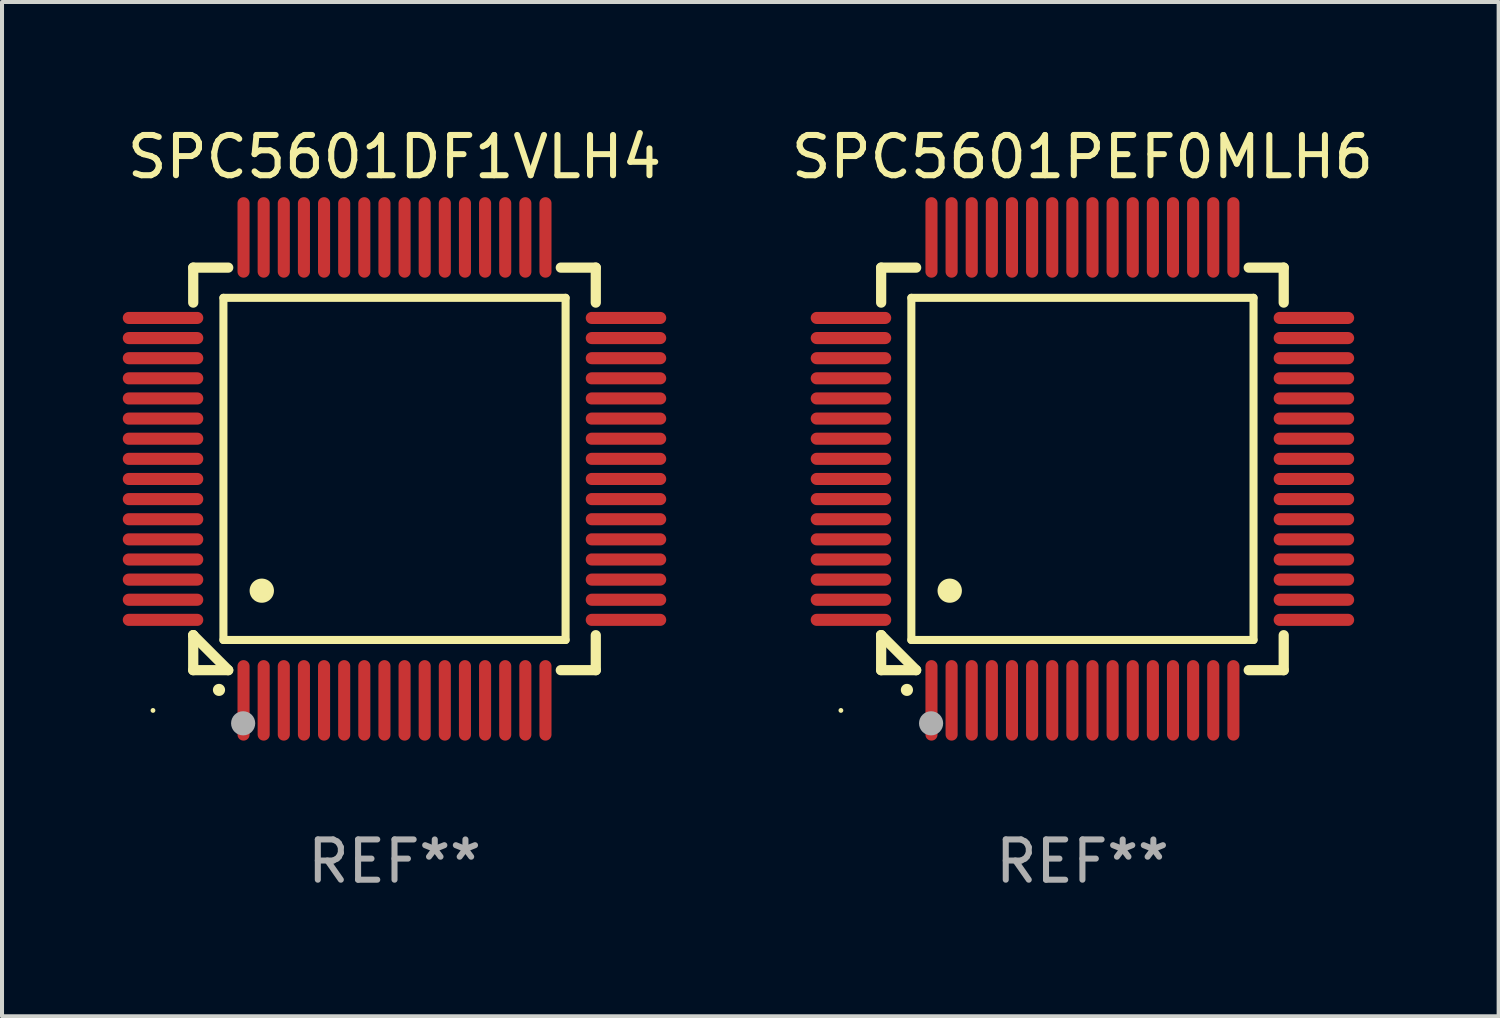
<source format=kicad_pcb>
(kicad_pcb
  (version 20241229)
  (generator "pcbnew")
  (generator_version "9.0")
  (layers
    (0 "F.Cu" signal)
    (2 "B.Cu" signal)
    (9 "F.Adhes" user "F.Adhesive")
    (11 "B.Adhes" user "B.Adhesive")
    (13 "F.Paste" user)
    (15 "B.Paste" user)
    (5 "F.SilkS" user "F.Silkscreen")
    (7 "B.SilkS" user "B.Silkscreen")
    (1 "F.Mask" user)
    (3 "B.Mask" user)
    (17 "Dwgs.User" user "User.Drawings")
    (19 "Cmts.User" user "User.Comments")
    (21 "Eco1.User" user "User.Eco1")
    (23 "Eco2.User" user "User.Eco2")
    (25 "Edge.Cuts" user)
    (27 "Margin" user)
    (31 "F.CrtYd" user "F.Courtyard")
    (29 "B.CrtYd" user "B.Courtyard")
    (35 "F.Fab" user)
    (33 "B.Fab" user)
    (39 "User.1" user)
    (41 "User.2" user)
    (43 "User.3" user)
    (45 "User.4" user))
  (footprint "SPC5601DF1VLH4"
    (layer "F.Cu")
    (at 6.75 8.598)
    (property "Reference" "SPC5601DF1VLH4" (at 0 -7.75 0) (layer "F.SilkS") (effects (font (size 1 1) (thickness 0.15))))
    (attr through_hole)
    (fp_line (start -5 -5) (end -4.131 -5) (stroke (width 0.254) (type solid)) (layer "F.SilkS"))
    (fp_line (start -5 -4.131) (end -5 -5) (stroke (width 0.254) (type solid)) (layer "F.SilkS"))
    (fp_line (start -5 4.131) (end -5 4.131) (stroke (width 0.254) (type solid)) (layer "F.SilkS"))
    (fp_line (start -5 5) (end -5 4.131) (stroke (width 0.254) (type solid)) (layer "F.SilkS"))
    (fp_line (start -5 4.131) (end -4.131 5) (stroke (width 0.254) (type solid)) (layer "F.SilkS"))
    (fp_line (start -4.25 -4.25) (end -4.25 4.25) (stroke (width 0.2) (type solid)) (layer "F.SilkS"))
    (fp_line (start -4.25 4.25) (end 4.25 4.25) (stroke (width 0.2) (type solid)) (layer "F.SilkS"))
    (fp_line (start -4.131 5) (end -5 5) (stroke (width 0.254) (type solid)) (layer "F.SilkS"))
    (fp_line (start 4.25 -4.25) (end -4.25 -4.25) (stroke (width 0.2) (type solid)) (layer "F.SilkS"))
    (fp_line (start 4.25 4.25) (end 4.25 -4.25) (stroke (width 0.2) (type solid)) (layer "F.SilkS"))
    (fp_line (start 5 -5) (end 4.131 -5) (stroke (width 0.254) (type solid)) (layer "F.SilkS"))
    (fp_line (start 5 -5) (end 5 -4.131) (stroke (width 0.254) (type solid)) (layer "F.SilkS"))
    (fp_line (start 5 4.131) (end 5 5) (stroke (width 0.254) (type solid)) (layer "F.SilkS"))
    (fp_line (start 5 5) (end 4.131 5) (stroke (width 0.254) (type solid)) (layer "F.SilkS"))
    (fp_arc (start -4.361265 5.489992) (mid -4.359995 5.489987) (end -4.358725 5.489992) (stroke (width 0.3) (type solid)) (layer "F.SilkS"))
    (fp_arc (start -3.299467 3.025146) (mid -3.296927 3.025135) (end -3.294387 3.025146) (stroke (width 0.6) (type solid)) (layer "F.SilkS"))
    (fp_circle (center -6 6) (end -5.97 6) (stroke (width 0.06) (type solid)) (fill no) (layer "F.SilkS"))
    (fp_circle (center -3.76 6.32) (end -3.61 6.32) (stroke (width 0.3) (type solid)) (fill no) (layer "F.Fab"))
    (fp_text user "REF**" (at 0 9.75 0) (layer "F.Fab") (effects (font (size 1 1) (thickness 0.15))))
    (pad "1" smd oval (at -3.75 5.75) (size 0.3 2) (layers "F.Cu" "F.Mask" "F.Paste"))
    (pad "2" smd oval (at -3.25 5.75) (size 0.3 2) (layers "F.Cu" "F.Mask" "F.Paste"))
    (pad "3" smd oval (at -2.75 5.75) (size 0.3 2) (layers "F.Cu" "F.Mask" "F.Paste"))
    (pad "4" smd oval (at -2.25 5.75) (size 0.3 2) (layers "F.Cu" "F.Mask" "F.Paste"))
    (pad "5" smd oval (at -1.75 5.75) (size 0.3 2) (layers "F.Cu" "F.Mask" "F.Paste"))
    (pad "6" smd oval (at -1.25 5.75) (size 0.3 2) (layers "F.Cu" "F.Mask" "F.Paste"))
    (pad "7" smd oval (at -0.75 5.75) (size 0.3 2) (layers "F.Cu" "F.Mask" "F.Paste"))
    (pad "8" smd oval (at -0.25 5.75) (size 0.3 2) (layers "F.Cu" "F.Mask" "F.Paste"))
    (pad "9" smd oval (at 0.25 5.75) (size 0.3 2) (layers "F.Cu" "F.Mask" "F.Paste"))
    (pad "10" smd oval (at 0.75 5.75) (size 0.3 2) (layers "F.Cu" "F.Mask" "F.Paste"))
    (pad "11" smd oval (at 1.25 5.75) (size 0.3 2) (layers "F.Cu" "F.Mask" "F.Paste"))
    (pad "12" smd oval (at 1.75 5.75) (size 0.3 2) (layers "F.Cu" "F.Mask" "F.Paste"))
    (pad "13" smd oval (at 2.25 5.75) (size 0.3 2) (layers "F.Cu" "F.Mask" "F.Paste"))
    (pad "14" smd oval (at 2.75 5.75) (size 0.3 2) (layers "F.Cu" "F.Mask" "F.Paste"))
    (pad "15" smd oval (at 3.25 5.75) (size 0.3 2) (layers "F.Cu" "F.Mask" "F.Paste"))
    (pad "16" smd oval (at 3.75 5.75) (size 0.3 2) (layers "F.Cu" "F.Mask" "F.Paste"))
    (pad "17" smd oval (at 5.75 3.75) (size 2 0.3) (layers "F.Cu" "F.Mask" "F.Paste"))
    (pad "18" smd oval (at 5.75 3.25) (size 2 0.3) (layers "F.Cu" "F.Mask" "F.Paste"))
    (pad "19" smd oval (at 5.75 2.75) (size 2 0.3) (layers "F.Cu" "F.Mask" "F.Paste"))
    (pad "20" smd oval (at 5.75 2.25) (size 2 0.3) (layers "F.Cu" "F.Mask" "F.Paste"))
    (pad "21" smd oval (at 5.75 1.75) (size 2 0.3) (layers "F.Cu" "F.Mask" "F.Paste"))
    (pad "22" smd oval (at 5.75 1.25) (size 2 0.3) (layers "F.Cu" "F.Mask" "F.Paste"))
    (pad "23" smd oval (at 5.75 0.75) (size 2 0.3) (layers "F.Cu" "F.Mask" "F.Paste"))
    (pad "24" smd oval (at 5.75 0.25) (size 2 0.3) (layers "F.Cu" "F.Mask" "F.Paste"))
    (pad "25" smd oval (at 5.75 -0.25) (size 2 0.3) (layers "F.Cu" "F.Mask" "F.Paste"))
    (pad "26" smd oval (at 5.75 -0.75) (size 2 0.3) (layers "F.Cu" "F.Mask" "F.Paste"))
    (pad "27" smd oval (at 5.75 -1.25) (size 2 0.3) (layers "F.Cu" "F.Mask" "F.Paste"))
    (pad "28" smd oval (at 5.75 -1.75) (size 2 0.3) (layers "F.Cu" "F.Mask" "F.Paste"))
    (pad "29" smd oval (at 5.75 -2.25) (size 2 0.3) (layers "F.Cu" "F.Mask" "F.Paste"))
    (pad "30" smd oval (at 5.75 -2.75) (size 2 0.3) (layers "F.Cu" "F.Mask" "F.Paste"))
    (pad "31" smd oval (at 5.75 -3.25) (size 2 0.3) (layers "F.Cu" "F.Mask" "F.Paste"))
    (pad "32" smd oval (at 5.75 -3.75) (size 2 0.3) (layers "F.Cu" "F.Mask" "F.Paste"))
    (pad "33" smd oval (at 3.75 -5.75) (size 0.3 2) (layers "F.Cu" "F.Mask" "F.Paste"))
    (pad "34" smd oval (at 3.25 -5.75) (size 0.3 2) (layers "F.Cu" "F.Mask" "F.Paste"))
    (pad "35" smd oval (at 2.75 -5.75) (size 0.3 2) (layers "F.Cu" "F.Mask" "F.Paste"))
    (pad "36" smd oval (at 2.25 -5.75) (size 0.3 2) (layers "F.Cu" "F.Mask" "F.Paste"))
    (pad "37" smd oval (at 1.75 -5.75) (size 0.3 2) (layers "F.Cu" "F.Mask" "F.Paste"))
    (pad "38" smd oval (at 1.25 -5.75) (size 0.3 2) (layers "F.Cu" "F.Mask" "F.Paste"))
    (pad "39" smd oval (at 0.75 -5.75) (size 0.3 2) (layers "F.Cu" "F.Mask" "F.Paste"))
    (pad "40" smd oval (at 0.25 -5.75) (size 0.3 2) (layers "F.Cu" "F.Mask" "F.Paste"))
    (pad "41" smd oval (at -0.25 -5.75) (size 0.3 2) (layers "F.Cu" "F.Mask" "F.Paste"))
    (pad "42" smd oval (at -0.75 -5.75) (size 0.3 2) (layers "F.Cu" "F.Mask" "F.Paste"))
    (pad "43" smd oval (at -1.25 -5.75) (size 0.3 2) (layers "F.Cu" "F.Mask" "F.Paste"))
    (pad "44" smd oval (at -1.75 -5.75) (size 0.3 2) (layers "F.Cu" "F.Mask" "F.Paste"))
    (pad "45" smd oval (at -2.25 -5.75) (size 0.3 2) (layers "F.Cu" "F.Mask" "F.Paste"))
    (pad "46" smd oval (at -2.75 -5.75) (size 0.3 2) (layers "F.Cu" "F.Mask" "F.Paste"))
    (pad "47" smd oval (at -3.25 -5.75) (size 0.3 2) (layers "F.Cu" "F.Mask" "F.Paste"))
    (pad "48" smd oval (at -3.75 -5.75) (size 0.3 2) (layers "F.Cu" "F.Mask" "F.Paste"))
    (pad "49" smd oval (at -5.75 -3.75) (size 2 0.3) (layers "F.Cu" "F.Mask" "F.Paste"))
    (pad "50" smd oval (at -5.75 -3.25) (size 2 0.3) (layers "F.Cu" "F.Mask" "F.Paste"))
    (pad "51" smd oval (at -5.75 -2.75) (size 2 0.3) (layers "F.Cu" "F.Mask" "F.Paste"))
    (pad "52" smd oval (at -5.75 -2.25) (size 2 0.3) (layers "F.Cu" "F.Mask" "F.Paste"))
    (pad "53" smd oval (at -5.75 -1.75) (size 2 0.3) (layers "F.Cu" "F.Mask" "F.Paste"))
    (pad "54" smd oval (at -5.75 -1.25) (size 2 0.3) (layers "F.Cu" "F.Mask" "F.Paste"))
    (pad "55" smd oval (at -5.75 -0.75) (size 2 0.3) (layers "F.Cu" "F.Mask" "F.Paste"))
    (pad "56" smd oval (at -5.75 -0.25) (size 2 0.3) (layers "F.Cu" "F.Mask" "F.Paste"))
    (pad "57" smd oval (at -5.75 0.25) (size 2 0.3) (layers "F.Cu" "F.Mask" "F.Paste"))
    (pad "58" smd oval (at -5.75 0.75) (size 2 0.3) (layers "F.Cu" "F.Mask" "F.Paste"))
    (pad "59" smd oval (at -5.75 1.25) (size 2 0.3) (layers "F.Cu" "F.Mask" "F.Paste"))
    (pad "60" smd oval (at -5.75 1.75) (size 2 0.3) (layers "F.Cu" "F.Mask" "F.Paste"))
    (pad "61" smd oval (at -5.75 2.25) (size 2 0.3) (layers "F.Cu" "F.Mask" "F.Paste"))
    (pad "62" smd oval (at -5.75 2.75) (size 2 0.3) (layers "F.Cu" "F.Mask" "F.Paste"))
    (pad "63" smd oval (at -5.75 3.25) (size 2 0.3) (layers "F.Cu" "F.Mask" "F.Paste"))
    (pad "64" smd oval (at -5.75 3.75) (size 2 0.3) (layers "F.Cu" "F.Mask" "F.Paste")))
  (footprint "SPC5601PEF0MLH6"
    (layer "F.Cu")
    (at 23.839 8.598)
    (property "Reference" "SPC5601PEF0MLH6" (at 0 -7.75 0) (layer "F.SilkS") (effects (font (size 1 1) (thickness 0.15))))
    (attr through_hole)
    (fp_line (start -5 -5) (end -4.131 -5) (stroke (width 0.254) (type solid)) (layer "F.SilkS"))
    (fp_line (start -5 -4.131) (end -5 -5) (stroke (width 0.254) (type solid)) (layer "F.SilkS"))
    (fp_line (start -5 4.131) (end -5 4.131) (stroke (width 0.254) (type solid)) (layer "F.SilkS"))
    (fp_line (start -5 5) (end -5 4.131) (stroke (width 0.254) (type solid)) (layer "F.SilkS"))
    (fp_line (start -5 4.131) (end -4.131 5) (stroke (width 0.254) (type solid)) (layer "F.SilkS"))
    (fp_line (start -4.25 -4.25) (end -4.25 4.25) (stroke (width 0.2) (type solid)) (layer "F.SilkS"))
    (fp_line (start -4.25 4.25) (end 4.25 4.25) (stroke (width 0.2) (type solid)) (layer "F.SilkS"))
    (fp_line (start -4.131 5) (end -5 5) (stroke (width 0.254) (type solid)) (layer "F.SilkS"))
    (fp_line (start 4.25 -4.25) (end -4.25 -4.25) (stroke (width 0.2) (type solid)) (layer "F.SilkS"))
    (fp_line (start 4.25 4.25) (end 4.25 -4.25) (stroke (width 0.2) (type solid)) (layer "F.SilkS"))
    (fp_line (start 5 -5) (end 4.131 -5) (stroke (width 0.254) (type solid)) (layer "F.SilkS"))
    (fp_line (start 5 -5) (end 5 -4.131) (stroke (width 0.254) (type solid)) (layer "F.SilkS"))
    (fp_line (start 5 4.131) (end 5 5) (stroke (width 0.254) (type solid)) (layer "F.SilkS"))
    (fp_line (start 5 5) (end 4.131 5) (stroke (width 0.254) (type solid)) (layer "F.SilkS"))
    (fp_arc (start -4.361265 5.489992) (mid -4.359995 5.489987) (end -4.358725 5.489992) (stroke (width 0.3) (type solid)) (layer "F.SilkS"))
    (fp_arc (start -3.299467 3.025146) (mid -3.296927 3.025135) (end -3.294387 3.025146) (stroke (width 0.6) (type solid)) (layer "F.SilkS"))
    (fp_circle (center -6 6) (end -5.97 6) (stroke (width 0.06) (type solid)) (fill no) (layer "F.SilkS"))
    (fp_circle (center -3.76 6.32) (end -3.61 6.32) (stroke (width 0.3) (type solid)) (fill no) (layer "F.Fab"))
    (fp_text user "REF**" (at 0 9.75 0) (layer "F.Fab") (effects (font (size 1 1) (thickness 0.15))))
    (pad "1" smd oval (at -3.75 5.75) (size 0.3 2) (layers "F.Cu" "F.Mask" "F.Paste"))
    (pad "2" smd oval (at -3.25 5.75) (size 0.3 2) (layers "F.Cu" "F.Mask" "F.Paste"))
    (pad "3" smd oval (at -2.75 5.75) (size 0.3 2) (layers "F.Cu" "F.Mask" "F.Paste"))
    (pad "4" smd oval (at -2.25 5.75) (size 0.3 2) (layers "F.Cu" "F.Mask" "F.Paste"))
    (pad "5" smd oval (at -1.75 5.75) (size 0.3 2) (layers "F.Cu" "F.Mask" "F.Paste"))
    (pad "6" smd oval (at -1.25 5.75) (size 0.3 2) (layers "F.Cu" "F.Mask" "F.Paste"))
    (pad "7" smd oval (at -0.75 5.75) (size 0.3 2) (layers "F.Cu" "F.Mask" "F.Paste"))
    (pad "8" smd oval (at -0.25 5.75) (size 0.3 2) (layers "F.Cu" "F.Mask" "F.Paste"))
    (pad "9" smd oval (at 0.25 5.75) (size 0.3 2) (layers "F.Cu" "F.Mask" "F.Paste"))
    (pad "10" smd oval (at 0.75 5.75) (size 0.3 2) (layers "F.Cu" "F.Mask" "F.Paste"))
    (pad "11" smd oval (at 1.25 5.75) (size 0.3 2) (layers "F.Cu" "F.Mask" "F.Paste"))
    (pad "12" smd oval (at 1.75 5.75) (size 0.3 2) (layers "F.Cu" "F.Mask" "F.Paste"))
    (pad "13" smd oval (at 2.25 5.75) (size 0.3 2) (layers "F.Cu" "F.Mask" "F.Paste"))
    (pad "14" smd oval (at 2.75 5.75) (size 0.3 2) (layers "F.Cu" "F.Mask" "F.Paste"))
    (pad "15" smd oval (at 3.25 5.75) (size 0.3 2) (layers "F.Cu" "F.Mask" "F.Paste"))
    (pad "16" smd oval (at 3.75 5.75) (size 0.3 2) (layers "F.Cu" "F.Mask" "F.Paste"))
    (pad "17" smd oval (at 5.75 3.75) (size 2 0.3) (layers "F.Cu" "F.Mask" "F.Paste"))
    (pad "18" smd oval (at 5.75 3.25) (size 2 0.3) (layers "F.Cu" "F.Mask" "F.Paste"))
    (pad "19" smd oval (at 5.75 2.75) (size 2 0.3) (layers "F.Cu" "F.Mask" "F.Paste"))
    (pad "20" smd oval (at 5.75 2.25) (size 2 0.3) (layers "F.Cu" "F.Mask" "F.Paste"))
    (pad "21" smd oval (at 5.75 1.75) (size 2 0.3) (layers "F.Cu" "F.Mask" "F.Paste"))
    (pad "22" smd oval (at 5.75 1.25) (size 2 0.3) (layers "F.Cu" "F.Mask" "F.Paste"))
    (pad "23" smd oval (at 5.75 0.75) (size 2 0.3) (layers "F.Cu" "F.Mask" "F.Paste"))
    (pad "24" smd oval (at 5.75 0.25) (size 2 0.3) (layers "F.Cu" "F.Mask" "F.Paste"))
    (pad "25" smd oval (at 5.75 -0.25) (size 2 0.3) (layers "F.Cu" "F.Mask" "F.Paste"))
    (pad "26" smd oval (at 5.75 -0.75) (size 2 0.3) (layers "F.Cu" "F.Mask" "F.Paste"))
    (pad "27" smd oval (at 5.75 -1.25) (size 2 0.3) (layers "F.Cu" "F.Mask" "F.Paste"))
    (pad "28" smd oval (at 5.75 -1.75) (size 2 0.3) (layers "F.Cu" "F.Mask" "F.Paste"))
    (pad "29" smd oval (at 5.75 -2.25) (size 2 0.3) (layers "F.Cu" "F.Mask" "F.Paste"))
    (pad "30" smd oval (at 5.75 -2.75) (size 2 0.3) (layers "F.Cu" "F.Mask" "F.Paste"))
    (pad "31" smd oval (at 5.75 -3.25) (size 2 0.3) (layers "F.Cu" "F.Mask" "F.Paste"))
    (pad "32" smd oval (at 5.75 -3.75) (size 2 0.3) (layers "F.Cu" "F.Mask" "F.Paste"))
    (pad "33" smd oval (at 3.75 -5.75) (size 0.3 2) (layers "F.Cu" "F.Mask" "F.Paste"))
    (pad "34" smd oval (at 3.25 -5.75) (size 0.3 2) (layers "F.Cu" "F.Mask" "F.Paste"))
    (pad "35" smd oval (at 2.75 -5.75) (size 0.3 2) (layers "F.Cu" "F.Mask" "F.Paste"))
    (pad "36" smd oval (at 2.25 -5.75) (size 0.3 2) (layers "F.Cu" "F.Mask" "F.Paste"))
    (pad "37" smd oval (at 1.75 -5.75) (size 0.3 2) (layers "F.Cu" "F.Mask" "F.Paste"))
    (pad "38" smd oval (at 1.25 -5.75) (size 0.3 2) (layers "F.Cu" "F.Mask" "F.Paste"))
    (pad "39" smd oval (at 0.75 -5.75) (size 0.3 2) (layers "F.Cu" "F.Mask" "F.Paste"))
    (pad "40" smd oval (at 0.25 -5.75) (size 0.3 2) (layers "F.Cu" "F.Mask" "F.Paste"))
    (pad "41" smd oval (at -0.25 -5.75) (size 0.3 2) (layers "F.Cu" "F.Mask" "F.Paste"))
    (pad "42" smd oval (at -0.75 -5.75) (size 0.3 2) (layers "F.Cu" "F.Mask" "F.Paste"))
    (pad "43" smd oval (at -1.25 -5.75) (size 0.3 2) (layers "F.Cu" "F.Mask" "F.Paste"))
    (pad "44" smd oval (at -1.75 -5.75) (size 0.3 2) (layers "F.Cu" "F.Mask" "F.Paste"))
    (pad "45" smd oval (at -2.25 -5.75) (size 0.3 2) (layers "F.Cu" "F.Mask" "F.Paste"))
    (pad "46" smd oval (at -2.75 -5.75) (size 0.3 2) (layers "F.Cu" "F.Mask" "F.Paste"))
    (pad "47" smd oval (at -3.25 -5.75) (size 0.3 2) (layers "F.Cu" "F.Mask" "F.Paste"))
    (pad "48" smd oval (at -3.75 -5.75) (size 0.3 2) (layers "F.Cu" "F.Mask" "F.Paste"))
    (pad "49" smd oval (at -5.75 -3.75) (size 2 0.3) (layers "F.Cu" "F.Mask" "F.Paste"))
    (pad "50" smd oval (at -5.75 -3.25) (size 2 0.3) (layers "F.Cu" "F.Mask" "F.Paste"))
    (pad "51" smd oval (at -5.75 -2.75) (size 2 0.3) (layers "F.Cu" "F.Mask" "F.Paste"))
    (pad "52" smd oval (at -5.75 -2.25) (size 2 0.3) (layers "F.Cu" "F.Mask" "F.Paste"))
    (pad "53" smd oval (at -5.75 -1.75) (size 2 0.3) (layers "F.Cu" "F.Mask" "F.Paste"))
    (pad "54" smd oval (at -5.75 -1.25) (size 2 0.3) (layers "F.Cu" "F.Mask" "F.Paste"))
    (pad "55" smd oval (at -5.75 -0.75) (size 2 0.3) (layers "F.Cu" "F.Mask" "F.Paste"))
    (pad "56" smd oval (at -5.75 -0.25) (size 2 0.3) (layers "F.Cu" "F.Mask" "F.Paste"))
    (pad "57" smd oval (at -5.75 0.25) (size 2 0.3) (layers "F.Cu" "F.Mask" "F.Paste"))
    (pad "58" smd oval (at -5.75 0.75) (size 2 0.3) (layers "F.Cu" "F.Mask" "F.Paste"))
    (pad "59" smd oval (at -5.75 1.25) (size 2 0.3) (layers "F.Cu" "F.Mask" "F.Paste"))
    (pad "60" smd oval (at -5.75 1.75) (size 2 0.3) (layers "F.Cu" "F.Mask" "F.Paste"))
    (pad "61" smd oval (at -5.75 2.25) (size 2 0.3) (layers "F.Cu" "F.Mask" "F.Paste"))
    (pad "62" smd oval (at -5.75 2.75) (size 2 0.3) (layers "F.Cu" "F.Mask" "F.Paste"))
    (pad "63" smd oval (at -5.75 3.25) (size 2 0.3) (layers "F.Cu" "F.Mask" "F.Paste"))
    (pad "64" smd oval (at -5.75 3.75) (size 2 0.3) (layers "F.Cu" "F.Mask" "F.Paste")))
  (gr_rect
    (start -3 -3)
    (end 34.178 22.196)
    (stroke (width 0.1) (type default))
    (fill no)
    (layer "Edge.Cuts")))
</source>
